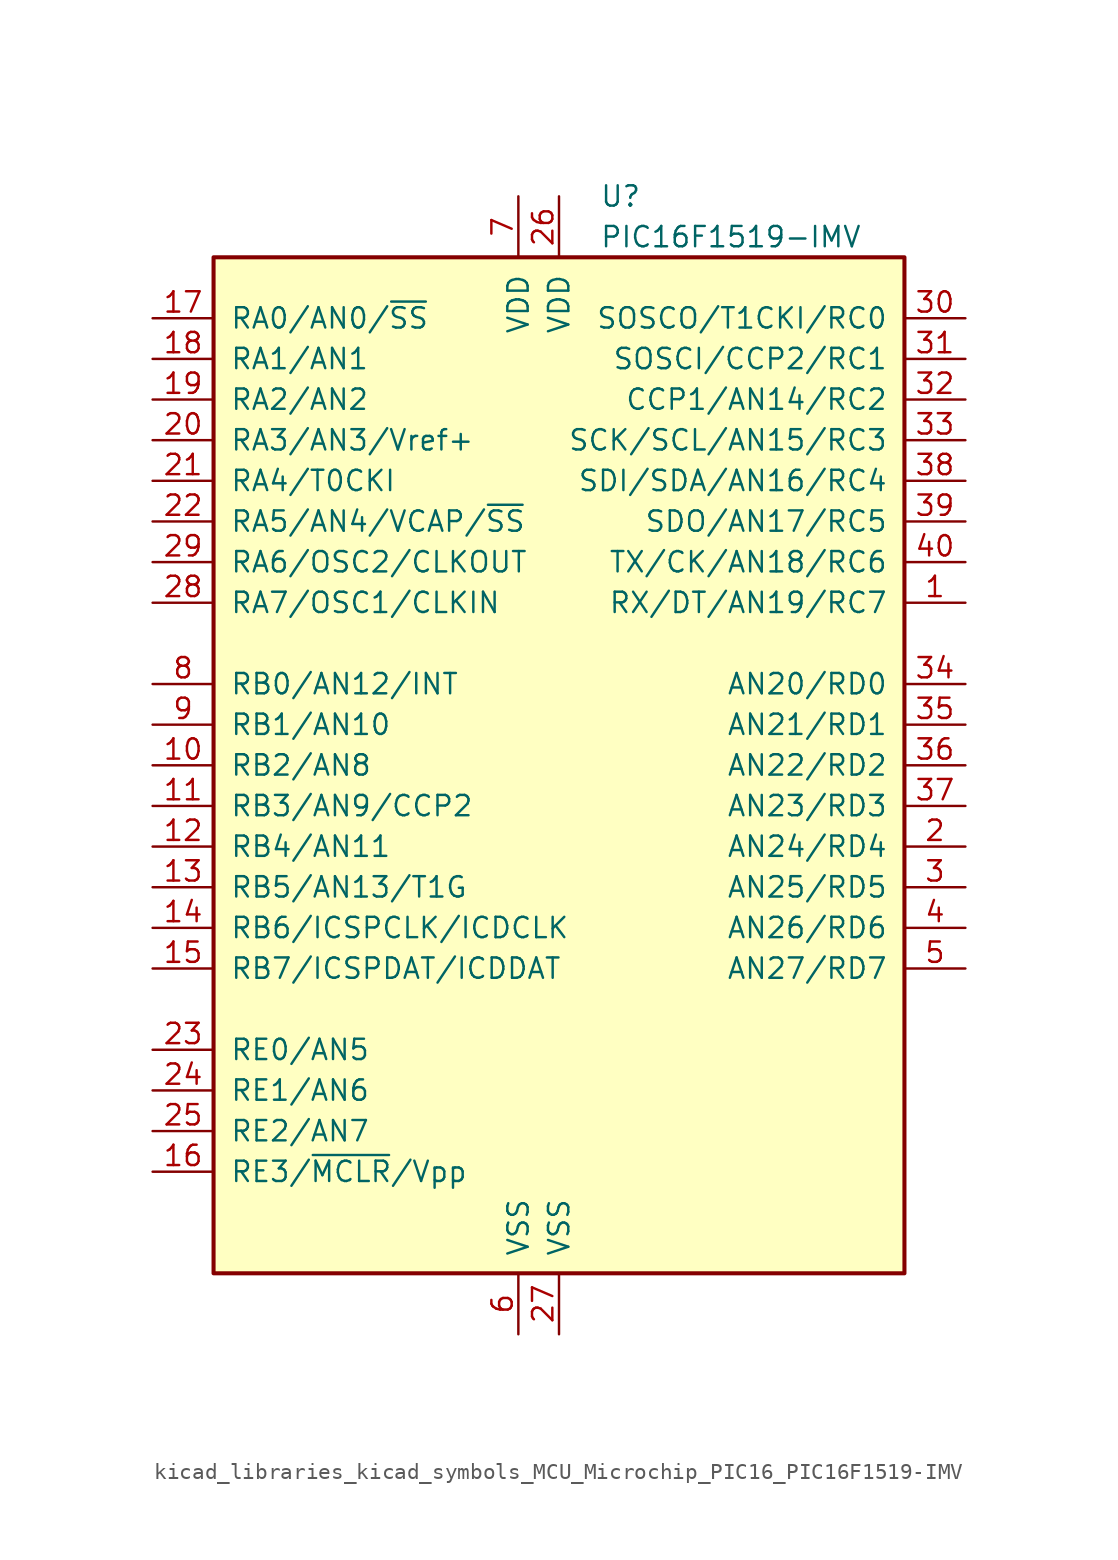
<source format=kicad_sym>
(kicad_symbol_lib
  (version 20220914)
  (generator kicad_symbol_editor)
  (symbol "kicad_libraries_kicad_symbols_MCU_Microchip_PIC16_PIC16F1519-IMV"
    (pin_names
      (offset 1.016))
    (property "Reference" "U"
      (at 2.54 35.56 0)
      (effects (font (size 1.27 1.27)) (justify left)))
    (property "Value" "PIC16F1519-IMV"
      (at 2.54 33.02 0)
      (effects (font (size 1.27 1.27)) (justify left)))
    (symbol "kicad_libraries_kicad_symbols_MCU_Microchip_PIC16_PIC16F1519-IMV_0_1"
      (rectangle (start -21.59 31.75) (end 21.59 -31.75) (stroke (width 0.254) (type default)) (fill (type background))))
    (symbol "kicad_libraries_kicad_symbols_MCU_Microchip_PIC16_PIC16F1519-IMV_1_1"
      (pin bidirectional line (at 25.4 10.16 180) (length 3.81) (name "RX/DT/AN19/RC7" (effects (font (size 1.27 1.27)))) (number "1" (effects (font (size 1.27 1.27)))))
      (pin bidirectional line (at -25.4 0 0) (length 3.81) (name "RB2/AN8" (effects (font (size 1.27 1.27)))) (number "10" (effects (font (size 1.27 1.27)))))
      (pin bidirectional line (at -25.4 -2.54 0) (length 3.81) (name "RB3/AN9/CCP2" (effects (font (size 1.27 1.27)))) (number "11" (effects (font (size 1.27 1.27)))))
      (pin bidirectional line (at -25.4 -5.08 0) (length 3.81) (name "RB4/AN11" (effects (font (size 1.27 1.27)))) (number "12" (effects (font (size 1.27 1.27)))))
      (pin bidirectional line (at -25.4 -7.62 0) (length 3.81) (name "RB5/AN13/T1G" (effects (font (size 1.27 1.27)))) (number "13" (effects (font (size 1.27 1.27)))))
      (pin bidirectional line (at -25.4 -10.16 0) (length 3.81) (name "RB6/ICSPCLK/ICDCLK" (effects (font (size 1.27 1.27)))) (number "14" (effects (font (size 1.27 1.27)))))
      (pin bidirectional line (at -25.4 -12.7 0) (length 3.81) (name "RB7/ICSPDAT/ICDDAT" (effects (font (size 1.27 1.27)))) (number "15" (effects (font (size 1.27 1.27)))))
      (pin input line (at -25.4 -25.4 0) (length 3.81) (name "RE3/~{MCLR}/Vpp" (effects (font (size 1.27 1.27)))) (number "16" (effects (font (size 1.27 1.27)))))
      (pin bidirectional line (at -25.4 27.94 0) (length 3.81) (name "RA0/AN0/~{SS}" (effects (font (size 1.27 1.27)))) (number "17" (effects (font (size 1.27 1.27)))))
      (pin bidirectional line (at -25.4 25.4 0) (length 3.81) (name "RA1/AN1" (effects (font (size 1.27 1.27)))) (number "18" (effects (font (size 1.27 1.27)))))
      (pin bidirectional line (at -25.4 22.86 0) (length 3.81) (name "RA2/AN2" (effects (font (size 1.27 1.27)))) (number "19" (effects (font (size 1.27 1.27)))))
      (pin bidirectional line (at 25.4 -5.08 180) (length 3.81) (name "AN24/RD4" (effects (font (size 1.27 1.27)))) (number "2" (effects (font (size 1.27 1.27)))))
      (pin bidirectional line (at -25.4 20.32 0) (length 3.81) (name "RA3/AN3/Vref+" (effects (font (size 1.27 1.27)))) (number "20" (effects (font (size 1.27 1.27)))))
      (pin bidirectional line (at -25.4 17.78 0) (length 3.81) (name "RA4/T0CKI" (effects (font (size 1.27 1.27)))) (number "21" (effects (font (size 1.27 1.27)))))
      (pin bidirectional line (at -25.4 15.24 0) (length 3.81) (name "RA5/AN4/VCAP/~{SS}" (effects (font (size 1.27 1.27)))) (number "22" (effects (font (size 1.27 1.27)))))
      (pin bidirectional line (at -25.4 -17.78 0) (length 3.81) (name "RE0/AN5" (effects (font (size 1.27 1.27)))) (number "23" (effects (font (size 1.27 1.27)))))
      (pin bidirectional line (at -25.4 -20.32 0) (length 3.81) (name "RE1/AN6" (effects (font (size 1.27 1.27)))) (number "24" (effects (font (size 1.27 1.27)))))
      (pin bidirectional line (at -25.4 -22.86 0) (length 3.81) (name "RE2/AN7" (effects (font (size 1.27 1.27)))) (number "25" (effects (font (size 1.27 1.27)))))
      (pin power_in line (at 0 35.56 270) (length 3.81) (name "VDD" (effects (font (size 1.27 1.27)))) (number "26" (effects (font (size 1.27 1.27)))))
      (pin power_in line (at 0 -35.56 90) (length 3.81) (name "VSS" (effects (font (size 1.27 1.27)))) (number "27" (effects (font (size 1.27 1.27)))))
      (pin bidirectional line (at -25.4 10.16 0) (length 3.81) (name "RA7/OSC1/CLKIN" (effects (font (size 1.27 1.27)))) (number "28" (effects (font (size 1.27 1.27)))))
      (pin bidirectional line (at -25.4 12.7 0) (length 3.81) (name "RA6/OSC2/CLKOUT" (effects (font (size 1.27 1.27)))) (number "29" (effects (font (size 1.27 1.27)))))
      (pin bidirectional line (at 25.4 -7.62 180) (length 3.81) (name "AN25/RD5" (effects (font (size 1.27 1.27)))) (number "3" (effects (font (size 1.27 1.27)))))
      (pin bidirectional line (at 25.4 27.94 180) (length 3.81) (name "SOSCO/T1CKI/RC0" (effects (font (size 1.27 1.27)))) (number "30" (effects (font (size 1.27 1.27)))))
      (pin bidirectional line (at 25.4 25.4 180) (length 3.81) (name "SOSCI/CCP2/RC1" (effects (font (size 1.27 1.27)))) (number "31" (effects (font (size 1.27 1.27)))))
      (pin bidirectional line (at 25.4 22.86 180) (length 3.81) (name "CCP1/AN14/RC2" (effects (font (size 1.27 1.27)))) (number "32" (effects (font (size 1.27 1.27)))))
      (pin bidirectional line (at 25.4 20.32 180) (length 3.81) (name "SCK/SCL/AN15/RC3" (effects (font (size 1.27 1.27)))) (number "33" (effects (font (size 1.27 1.27)))))
      (pin bidirectional line (at 25.4 5.08 180) (length 3.81) (name "AN20/RD0" (effects (font (size 1.27 1.27)))) (number "34" (effects (font (size 1.27 1.27)))))
      (pin bidirectional line (at 25.4 2.54 180) (length 3.81) (name "AN21/RD1" (effects (font (size 1.27 1.27)))) (number "35" (effects (font (size 1.27 1.27)))))
      (pin bidirectional line (at 25.4 0 180) (length 3.81) (name "AN22/RD2" (effects (font (size 1.27 1.27)))) (number "36" (effects (font (size 1.27 1.27)))))
      (pin bidirectional line (at 25.4 -2.54 180) (length 3.81) (name "AN23/RD3" (effects (font (size 1.27 1.27)))) (number "37" (effects (font (size 1.27 1.27)))))
      (pin bidirectional line (at 25.4 17.78 180) (length 3.81) (name "SDI/SDA/AN16/RC4" (effects (font (size 1.27 1.27)))) (number "38" (effects (font (size 1.27 1.27)))))
      (pin bidirectional line (at 25.4 15.24 180) (length 3.81) (name "SDO/AN17/RC5" (effects (font (size 1.27 1.27)))) (number "39" (effects (font (size 1.27 1.27)))))
      (pin bidirectional line (at 25.4 -10.16 180) (length 3.81) (name "AN26/RD6" (effects (font (size 1.27 1.27)))) (number "4" (effects (font (size 1.27 1.27)))))
      (pin bidirectional line (at 25.4 12.7 180) (length 3.81) (name "TX/CK/AN18/RC6" (effects (font (size 1.27 1.27)))) (number "40" (effects (font (size 1.27 1.27)))))
      (pin bidirectional line (at 25.4 -12.7 180) (length 3.81) (name "AN27/RD7" (effects (font (size 1.27 1.27)))) (number "5" (effects (font (size 1.27 1.27)))))
      (pin power_in line (at -2.54 -35.56 90) (length 3.81) (name "VSS" (effects (font (size 1.27 1.27)))) (number "6" (effects (font (size 1.27 1.27)))))
      (pin power_in line (at -2.54 35.56 270) (length 3.81) (name "VDD" (effects (font (size 1.27 1.27)))) (number "7" (effects (font (size 1.27 1.27)))))
      (pin bidirectional line (at -25.4 5.08 0) (length 3.81) (name "RB0/AN12/INT" (effects (font (size 1.27 1.27)))) (number "8" (effects (font (size 1.27 1.27)))))
      (pin bidirectional line (at -25.4 2.54 0) (length 3.81) (name "RB1/AN10" (effects (font (size 1.27 1.27)))) (number "9" (effects (font (size 1.27 1.27))))))))
</source>
